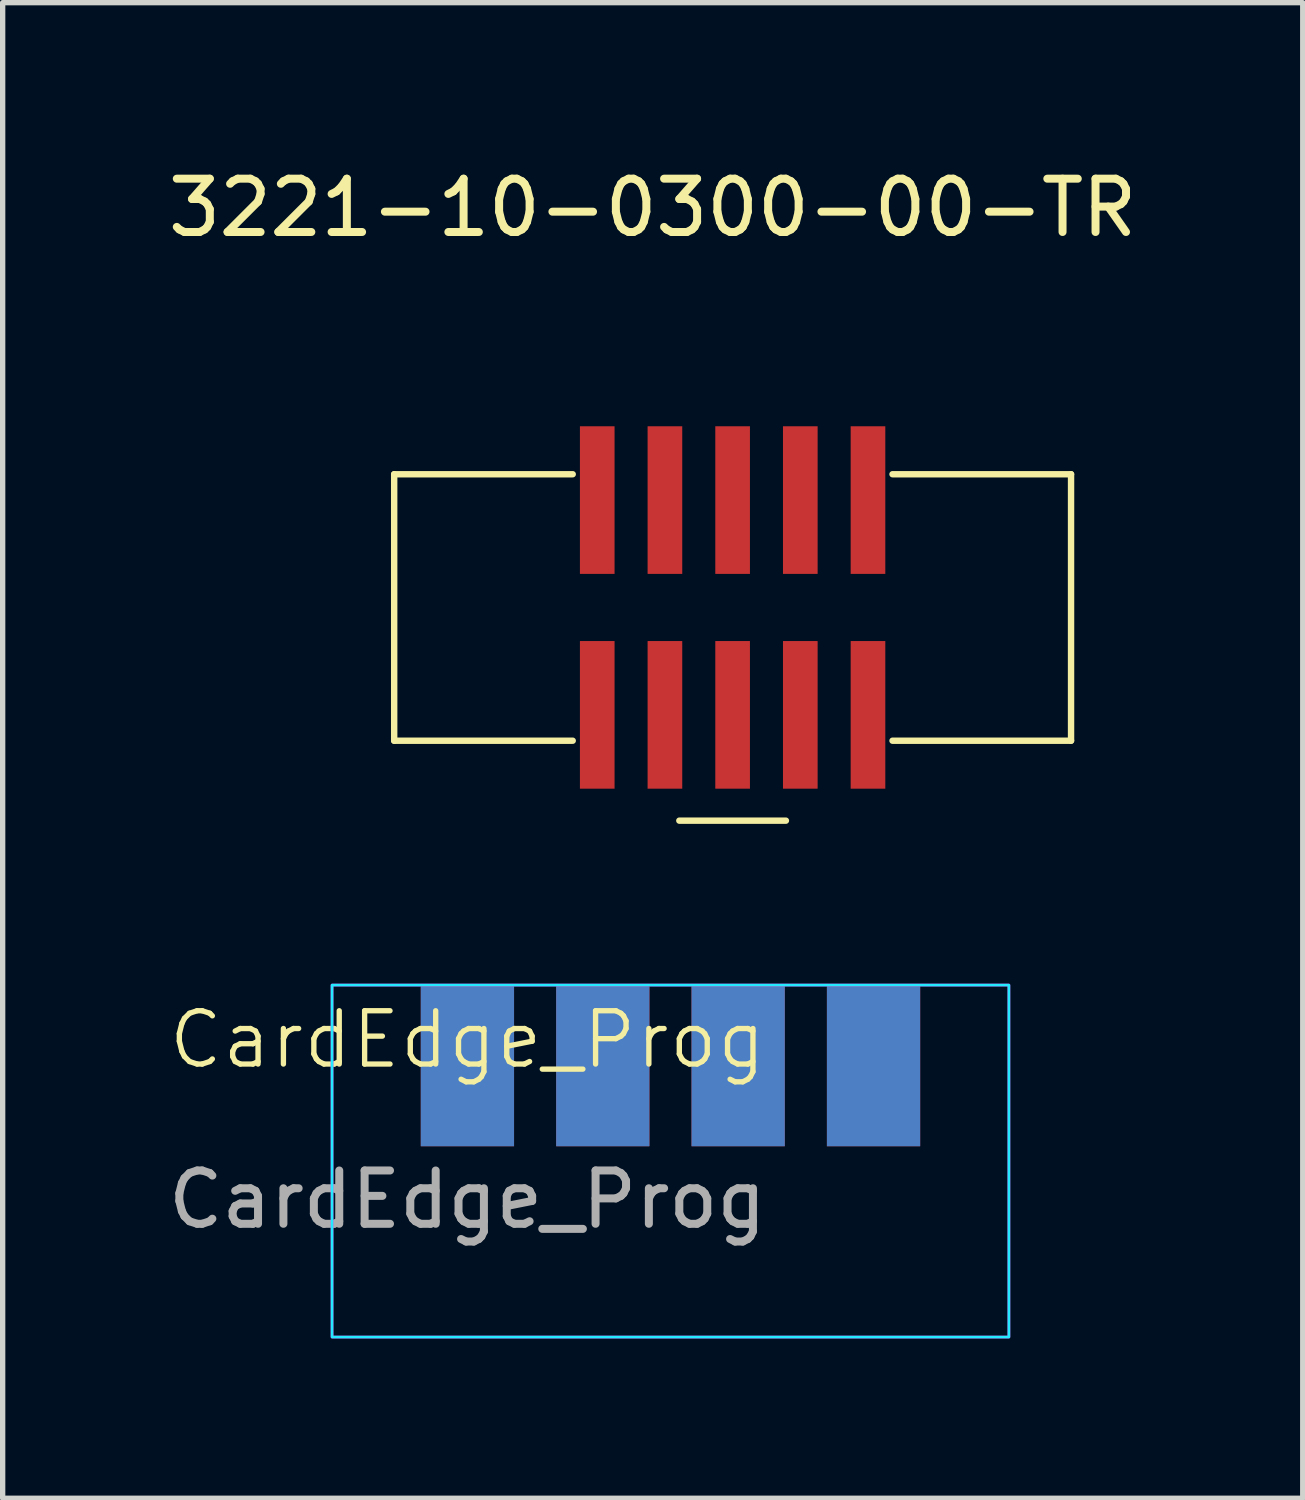
<source format=kicad_pcb>
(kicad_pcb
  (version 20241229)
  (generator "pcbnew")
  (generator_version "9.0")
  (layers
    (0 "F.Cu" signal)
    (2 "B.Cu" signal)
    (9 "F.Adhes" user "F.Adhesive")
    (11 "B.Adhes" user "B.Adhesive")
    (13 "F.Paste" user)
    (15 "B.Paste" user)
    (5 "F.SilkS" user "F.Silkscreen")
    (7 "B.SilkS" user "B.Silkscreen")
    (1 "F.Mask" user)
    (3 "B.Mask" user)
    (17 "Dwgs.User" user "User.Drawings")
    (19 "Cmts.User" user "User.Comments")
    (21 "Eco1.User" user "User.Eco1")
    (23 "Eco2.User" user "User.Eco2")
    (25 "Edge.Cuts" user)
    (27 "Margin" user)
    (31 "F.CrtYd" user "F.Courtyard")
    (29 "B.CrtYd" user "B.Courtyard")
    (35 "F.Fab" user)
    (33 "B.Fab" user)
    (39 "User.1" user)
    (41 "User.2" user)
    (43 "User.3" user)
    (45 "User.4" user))
  (footprint "CardEdge_Prog"
    (layer "F.Cu")
    (at 5.72 16.957)
    (property "Reference" "CardEdge_Prog" (at 0 -0.5 0) (unlocked yes) (layer "F.SilkS") (effects (font (size 1 1) (thickness 0.1))))
    (fp_rect (start -2.54 -1.524) (end 10.16 5.08) (stroke (width 0.05) (type default)) (fill no) (layer "B.CrtYd"))
    (fp_rect (start -2.54 -1.524) (end 10.16 5.08) (stroke (width 0.05) (type default)) (fill no) (layer "F.CrtYd"))
    (fp_text user "${REFERENCE}" (at 0 2.5 0) (unlocked yes) (layer "F.Fab") (effects (font (size 1 1) (thickness 0.15))))
    (pad "1" smd rect (at 0 0) (size 1.75 3) (layers "F.Cu" "F.Mask" "F.Paste"))
    (pad "2" smd rect (at 2.54 0) (size 1.75 3) (layers "F.Cu" "F.Mask" "F.Paste"))
    (pad "3" smd rect (at 5.08 0) (size 1.75 3) (layers "F.Cu" "F.Mask" "F.Paste"))
    (pad "4" smd rect (at 7.62 0) (size 1.75 3) (layers "F.Cu" "F.Mask" "F.Paste"))
    (pad "5" smd rect (at 7.62 0) (size 1.75 3) (layers "B.Cu" "B.Mask" "B.Paste"))
    (pad "6" smd rect (at 5.08 0) (size 1.75 3) (layers "B.Cu" "B.Mask" "B.Paste"))
    (pad "7" smd rect (at 2.54 0) (size 1.75 3) (layers "B.Cu" "B.Mask" "B.Paste"))
    (pad "8" smd rect (at 0 0) (size 1.75 3) (layers "B.Cu" "B.Mask" "B.Paste")))
  (footprint "3221-10-0300-00-TR"
    (layer "F.Cu")
    (at 10.696 8.348)
    (property "Reference" "3221-10-0300-00-TR" (at -1.5 -7.5 0) (unlocked yes) (layer "F.SilkS") (effects (font (size 1 1) (thickness 0.15))))
    (attr smd)
    (fp_line (start -6.35 -2.5) (end -6.35 2.5) (stroke (width 0.12) (type solid)) (layer "F.SilkS"))
    (fp_line (start -6.35 -2.5) (end -3 -2.5) (stroke (width 0.12) (type solid)) (layer "F.SilkS"))
    (fp_line (start -6.35 2.5) (end -3 2.5) (stroke (width 0.12) (type solid)) (layer "F.SilkS"))
    (fp_line (start -1 4) (end 1 4) (stroke (width 0.12) (type solid)) (layer "F.SilkS"))
    (fp_line (start 6.35 -2.5) (end 3 -2.5) (stroke (width 0.12) (type solid)) (layer "F.SilkS"))
    (fp_line (start 6.35 2.5) (end 3 2.5) (stroke (width 0.12) (type solid)) (layer "F.SilkS"))
    (fp_line (start 6.35 2.5) (end 6.35 -2.5) (stroke (width 0.12) (type solid)) (layer "F.SilkS"))
    (pad "1" smd rect (at -2.54 2.015) (size 0.65 2.77) (layers "F.Cu" "F.Mask" "F.Paste"))
    (pad "2" smd rect (at -2.54 -2.015) (size 0.65 2.77) (layers "F.Cu" "F.Mask" "F.Paste"))
    (pad "3" smd rect (at -1.27 2.015) (size 0.65 2.77) (layers "F.Cu" "F.Mask" "F.Paste"))
    (pad "4" smd rect (at -1.27 -2.015) (size 0.65 2.77) (layers "F.Cu" "F.Mask" "F.Paste"))
    (pad "5" smd rect (at 0 2.015) (size 0.65 2.77) (layers "F.Cu" "F.Mask" "F.Paste"))
    (pad "6" smd rect (at 0 -2.015) (size 0.65 2.77) (layers "F.Cu" "F.Mask" "F.Paste"))
    (pad "7" smd rect (at 1.27 2.015) (size 0.65 2.77) (layers "F.Cu" "F.Mask" "F.Paste"))
    (pad "8" smd rect (at 1.27 -2.015) (size 0.65 2.77) (layers "F.Cu" "F.Mask" "F.Paste"))
    (pad "9" smd rect (at 2.54 2.015) (size 0.65 2.77) (layers "F.Cu" "F.Mask" "F.Paste"))
    (pad "10" smd rect (at 2.54 -2.015) (size 0.65 2.77) (layers "F.Cu" "F.Mask" "F.Paste")))
  (gr_rect
    (start -3 -3)
    (end 21.393 25.062)
    (stroke (width 0.1) (type default))
    (fill no)
    (layer "Edge.Cuts")))
</source>
